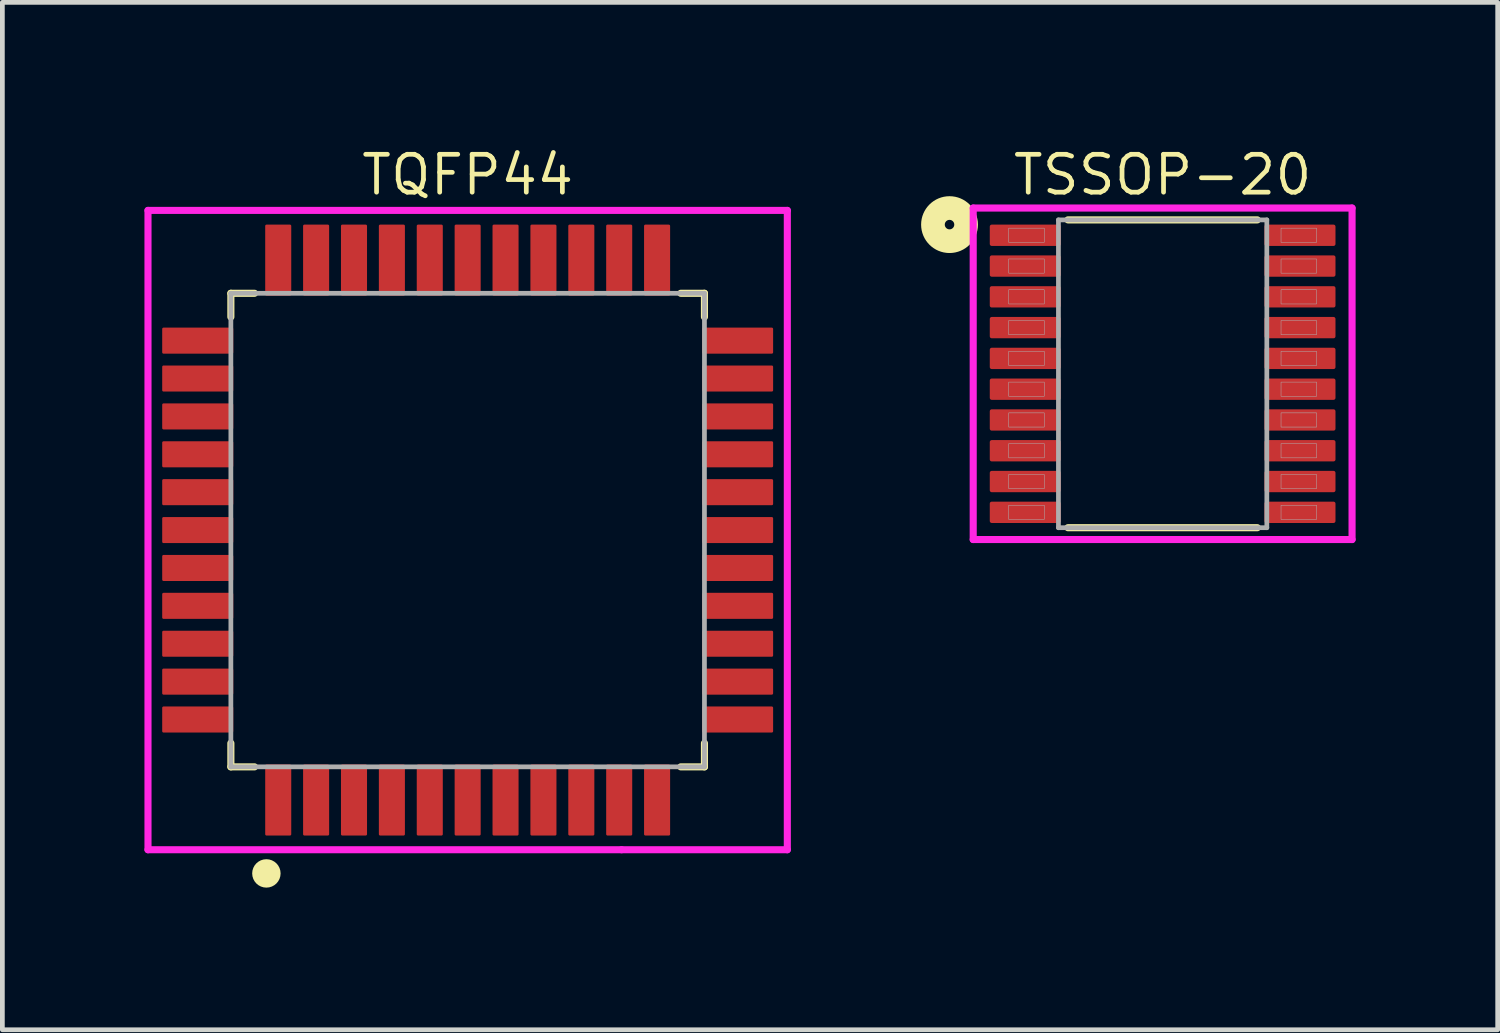
<source format=kicad_pcb>
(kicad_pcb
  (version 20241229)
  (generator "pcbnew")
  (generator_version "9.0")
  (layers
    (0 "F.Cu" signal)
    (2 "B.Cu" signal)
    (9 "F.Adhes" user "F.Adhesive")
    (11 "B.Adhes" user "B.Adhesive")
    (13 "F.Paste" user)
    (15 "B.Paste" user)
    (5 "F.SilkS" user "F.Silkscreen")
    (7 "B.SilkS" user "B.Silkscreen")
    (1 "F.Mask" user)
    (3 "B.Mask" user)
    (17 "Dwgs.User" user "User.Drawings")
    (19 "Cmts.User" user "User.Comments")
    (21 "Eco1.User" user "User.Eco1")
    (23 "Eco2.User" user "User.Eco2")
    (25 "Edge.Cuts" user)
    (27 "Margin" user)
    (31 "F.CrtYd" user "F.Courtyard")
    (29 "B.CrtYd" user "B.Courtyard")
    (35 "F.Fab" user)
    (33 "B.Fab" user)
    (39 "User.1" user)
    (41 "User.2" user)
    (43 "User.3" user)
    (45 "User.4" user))
  (footprint "TQFP44"
    (layer "F.Cu")
    (at 6.825 8.143)
    (property "Reference" "TQFP44" (at 0 -7.5 0) (layer "F.SilkS") (effects (font (size 0.8 0.8) (thickness 0.1))))
    (attr smd)
    (fp_line (start -5 -5) (end -5 -4.5) (stroke (width 0.15) (type default)) (layer "F.SilkS"))
    (fp_line (start -5 -5) (end -4.5 -5) (stroke (width 0.15) (type default)) (layer "F.SilkS"))
    (fp_line (start -5 5) (end -5 4.5) (stroke (width 0.15) (type default)) (layer "F.SilkS"))
    (fp_line (start -5 5) (end -4.5 5) (stroke (width 0.15) (type default)) (layer "F.SilkS"))
    (fp_line (start 5 -5) (end 4.5 -5) (stroke (width 0.15) (type default)) (layer "F.SilkS"))
    (fp_line (start 5 -5) (end 5 -4.5) (stroke (width 0.15) (type default)) (layer "F.SilkS"))
    (fp_line (start 5 5) (end 4.5 5) (stroke (width 0.15) (type default)) (layer "F.SilkS"))
    (fp_line (start 5 5) (end 5 4.5) (stroke (width 0.15) (type default)) (layer "F.SilkS"))
    (fp_circle (center -4.25 7.25) (end -4 7.25) (stroke (width 0.1) (type solid)) (fill yes) (layer "F.SilkS"))
    (fp_line (start -6.75 -6.75) (end 6.75 -6.75) (stroke (width 0.15) (type default)) (layer "F.CrtYd"))
    (fp_line (start -6.75 6.75) (end -6.75 -6.75) (stroke (width 0.15) (type default)) (layer "F.CrtYd"))
    (fp_line (start 3.25 6.75) (end -6.75 6.75) (stroke (width 0.15) (type default)) (layer "F.CrtYd"))
    (fp_line (start 6.75 -6.75) (end 6.75 6.75) (stroke (width 0.15) (type default)) (layer "F.CrtYd"))
    (fp_line (start 6.75 6.75) (end 3.25 6.75) (stroke (width 0.15) (type default)) (layer "F.CrtYd"))
    (fp_line (start -5 -5) (end -5 -5) (stroke (width 0.1) (type default)) (layer "F.Fab"))
    (fp_line (start -5 -5) (end -5 5) (stroke (width 0.1) (type default)) (layer "F.Fab"))
    (fp_line (start -5 5) (end 5 5) (stroke (width 0.1) (type default)) (layer "F.Fab"))
    (fp_line (start 5 -5) (end -5 -5) (stroke (width 0.1) (type default)) (layer "F.Fab"))
    (fp_line (start 5 5) (end 5 -5) (stroke (width 0.1) (type default)) (layer "F.Fab"))
    (pad "1" smd roundrect (at -4 5.7) (size 0.55 1.5) (layers "F.Cu" "F.Mask" "F.Paste") (roundrect_rratio 0.05))
    (pad "2" smd roundrect (at -3.2 5.7) (size 0.55 1.5) (layers "F.Cu" "F.Mask" "F.Paste") (roundrect_rratio 0.05))
    (pad "3" smd roundrect (at -2.4 5.7) (size 0.55 1.5) (layers "F.Cu" "F.Mask" "F.Paste") (roundrect_rratio 0.05))
    (pad "4" smd roundrect (at -1.6 5.7) (size 0.55 1.5) (layers "F.Cu" "F.Mask" "F.Paste") (roundrect_rratio 0.05))
    (pad "5" smd roundrect (at -0.8 5.7) (size 0.55 1.5) (layers "F.Cu" "F.Mask" "F.Paste") (roundrect_rratio 0.05))
    (pad "6" smd roundrect (at 0 5.7) (size 0.55 1.5) (layers "F.Cu" "F.Mask" "F.Paste") (roundrect_rratio 0.05))
    (pad "7" smd roundrect (at 0.8 5.7) (size 0.55 1.5) (layers "F.Cu" "F.Mask" "F.Paste") (roundrect_rratio 0.05))
    (pad "8" smd roundrect (at 1.6 5.7) (size 0.55 1.5) (layers "F.Cu" "F.Mask" "F.Paste") (roundrect_rratio 0.05))
    (pad "9" smd roundrect (at 2.4 5.7) (size 0.55 1.5) (layers "F.Cu" "F.Mask" "F.Paste") (roundrect_rratio 0.05))
    (pad "10" smd roundrect (at 3.2 5.7) (size 0.55 1.5) (layers "F.Cu" "F.Mask" "F.Paste") (roundrect_rratio 0.05))
    (pad "11" smd roundrect (at 4 5.7) (size 0.55 1.5) (layers "F.Cu" "F.Mask" "F.Paste") (roundrect_rratio 0.05))
    (pad "12" smd roundrect (at 5.7 4 90) (size 0.55 1.5) (layers "F.Cu" "F.Mask" "F.Paste") (roundrect_rratio 0.05))
    (pad "13" smd roundrect (at 5.7 3.2 90) (size 0.55 1.5) (layers "F.Cu" "F.Mask" "F.Paste") (roundrect_rratio 0.05))
    (pad "14" smd roundrect (at 5.7 2.4 90) (size 0.55 1.5) (layers "F.Cu" "F.Mask" "F.Paste") (roundrect_rratio 0.05))
    (pad "15" smd roundrect (at 5.7 1.6 90) (size 0.55 1.5) (layers "F.Cu" "F.Mask" "F.Paste") (roundrect_rratio 0.05))
    (pad "16" smd roundrect (at 5.7 0.8 90) (size 0.55 1.5) (layers "F.Cu" "F.Mask" "F.Paste") (roundrect_rratio 0.05))
    (pad "17" smd roundrect (at 5.7 0 90) (size 0.55 1.5) (layers "F.Cu" "F.Mask" "F.Paste") (roundrect_rratio 0.05))
    (pad "18" smd roundrect (at 5.7 -0.8 90) (size 0.55 1.5) (layers "F.Cu" "F.Mask" "F.Paste") (roundrect_rratio 0.05))
    (pad "19" smd roundrect (at 5.7 -1.6 90) (size 0.55 1.5) (layers "F.Cu" "F.Mask" "F.Paste") (roundrect_rratio 0.05))
    (pad "20" smd roundrect (at 5.7 -2.4 90) (size 0.55 1.5) (layers "F.Cu" "F.Mask" "F.Paste") (roundrect_rratio 0.05))
    (pad "21" smd roundrect (at 5.7 -3.2 90) (size 0.55 1.5) (layers "F.Cu" "F.Mask" "F.Paste") (roundrect_rratio 0.05))
    (pad "22" smd roundrect (at 5.7 -4 90) (size 0.55 1.5) (layers "F.Cu" "F.Mask" "F.Paste") (roundrect_rratio 0.05))
    (pad "23" smd roundrect (at 4 -5.7 180) (size 0.55 1.5) (layers "F.Cu" "F.Mask" "F.Paste") (roundrect_rratio 0.05))
    (pad "24" smd roundrect (at 3.2 -5.7 180) (size 0.55 1.5) (layers "F.Cu" "F.Mask" "F.Paste") (roundrect_rratio 0.05))
    (pad "25" smd roundrect (at 2.4 -5.7 180) (size 0.55 1.5) (layers "F.Cu" "F.Mask" "F.Paste") (roundrect_rratio 0.05))
    (pad "26" smd roundrect (at 1.6 -5.7 180) (size 0.55 1.5) (layers "F.Cu" "F.Mask" "F.Paste") (roundrect_rratio 0.05))
    (pad "27" smd roundrect (at 0.8 -5.7 180) (size 0.55 1.5) (layers "F.Cu" "F.Mask" "F.Paste") (roundrect_rratio 0.05))
    (pad "28" smd roundrect (at 0 -5.7 180) (size 0.55 1.5) (layers "F.Cu" "F.Mask" "F.Paste") (roundrect_rratio 0.05))
    (pad "29" smd roundrect (at -0.8 -5.7 180) (size 0.55 1.5) (layers "F.Cu" "F.Mask" "F.Paste") (roundrect_rratio 0.05))
    (pad "30" smd roundrect (at -1.6 -5.7 180) (size 0.55 1.5) (layers "F.Cu" "F.Mask" "F.Paste") (roundrect_rratio 0.05))
    (pad "31" smd roundrect (at -2.4 -5.7 180) (size 0.55 1.5) (layers "F.Cu" "F.Mask" "F.Paste") (roundrect_rratio 0.05))
    (pad "32" smd roundrect (at -3.2 -5.7 180) (size 0.55 1.5) (layers "F.Cu" "F.Mask" "F.Paste") (roundrect_rratio 0.05))
    (pad "33" smd roundrect (at -4 -5.7 180) (size 0.55 1.5) (layers "F.Cu" "F.Mask" "F.Paste") (roundrect_rratio 0.05))
    (pad "34" smd roundrect (at -5.7 -4 270) (size 0.55 1.5) (layers "F.Cu" "F.Mask" "F.Paste") (roundrect_rratio 0.05))
    (pad "35" smd roundrect (at -5.7 -3.2 270) (size 0.55 1.5) (layers "F.Cu" "F.Mask" "F.Paste") (roundrect_rratio 0.05))
    (pad "36" smd roundrect (at -5.7 -2.4 270) (size 0.55 1.5) (layers "F.Cu" "F.Mask" "F.Paste") (roundrect_rratio 0.05))
    (pad "37" smd roundrect (at -5.7 -1.6 270) (size 0.55 1.5) (layers "F.Cu" "F.Mask" "F.Paste") (roundrect_rratio 0.05))
    (pad "38" smd roundrect (at -5.7 -0.8 270) (size 0.55 1.5) (layers "F.Cu" "F.Mask" "F.Paste") (roundrect_rratio 0.05))
    (pad "39" smd roundrect (at -5.7 0 270) (size 0.55 1.5) (layers "F.Cu" "F.Mask" "F.Paste") (roundrect_rratio 0.05))
    (pad "40" smd roundrect (at -5.7 0.8 270) (size 0.55 1.5) (layers "F.Cu" "F.Mask" "F.Paste") (roundrect_rratio 0.05))
    (pad "41" smd roundrect (at -5.7 1.6 270) (size 0.55 1.5) (layers "F.Cu" "F.Mask" "F.Paste") (roundrect_rratio 0.05))
    (pad "42" smd roundrect (at -5.7 2.4 270) (size 0.55 1.5) (layers "F.Cu" "F.Mask" "F.Paste") (roundrect_rratio 0.05))
    (pad "43" smd roundrect (at -5.7 3.2 270) (size 0.55 1.5) (layers "F.Cu" "F.Mask" "F.Paste") (roundrect_rratio 0.05))
    (pad "44" smd roundrect (at -5.7 4 270) (size 0.55 1.5) (layers "F.Cu" "F.Mask" "F.Paste") (roundrect_rratio 0.05)))
  (footprint "TSSOP-20"
    (layer "F.Cu")
    (at 21.5 4.843)
    (property "Reference" "TSSOP-20" (at 0 -4.2 0) (layer "F.SilkS") (effects (font (size 0.8 0.8) (thickness 0.1))))
    (attr smd)
    (fp_line (start -2 -3.25) (end 2 -3.25) (stroke (width 0.15) (type solid)) (layer "F.SilkS"))
    (fp_line (start 2 3.25) (end -2 3.25) (stroke (width 0.15) (type solid)) (layer "F.SilkS"))
    (fp_circle (center -4.5 -3.15) (end -4.4 -3.15) (stroke (width 0.5) (type solid)) (fill no) (layer "F.SilkS"))
    (fp_line (start -4 -3.5) (end -4 3.5) (stroke (width 0.15) (type solid)) (layer "F.CrtYd"))
    (fp_line (start -4 3.5) (end 4 3.5) (stroke (width 0.15) (type solid)) (layer "F.CrtYd"))
    (fp_line (start 4 -3.5) (end -4 -3.5) (stroke (width 0.15) (type solid)) (layer "F.CrtYd"))
    (fp_line (start 4 3.5) (end 4 -3.5) (stroke (width 0.15) (type solid)) (layer "F.CrtYd"))
    (fp_line (start -2.2 -3.25) (end -2.2 3.25) (stroke (width 0.1) (type solid)) (layer "F.Fab"))
    (fp_line (start -2.2 3.25) (end 2.2 3.25) (stroke (width 0.1) (type solid)) (layer "F.Fab"))
    (fp_line (start 2.2 -3.25) (end -2.2 -3.25) (stroke (width 0.1) (type solid)) (layer "F.Fab"))
    (fp_line (start 2.2 3.25) (end 2.2 -3.25) (stroke (width 0.1) (type solid)) (layer "F.Fab"))
    (fp_poly (pts (xy -3.25 -3.075) (xy -2.5 -3.075) (xy -2.5 -2.775) (xy -3.25 -2.775)) (stroke (width 0.01) (type solid)) (fill no) (layer "F.Fab"))
    (fp_poly (pts (xy -3.25 -2.425) (xy -2.5 -2.425) (xy -2.5 -2.125) (xy -3.25 -2.125)) (stroke (width 0.01) (type solid)) (fill no) (layer "F.Fab"))
    (fp_poly (pts (xy -3.25 -1.775) (xy -2.5 -1.775) (xy -2.5 -1.475) (xy -3.25 -1.475)) (stroke (width 0.01) (type solid)) (fill no) (layer "F.Fab"))
    (fp_poly (pts (xy -3.25 -1.125) (xy -2.5 -1.125) (xy -2.5 -0.825) (xy -3.25 -0.825)) (stroke (width 0.01) (type solid)) (fill no) (layer "F.Fab"))
    (fp_poly (pts (xy -3.25 -0.475) (xy -2.5 -0.475) (xy -2.5 -0.175) (xy -3.25 -0.175)) (stroke (width 0.01) (type solid)) (fill no) (layer "F.Fab"))
    (fp_poly (pts (xy -3.25 0.175) (xy -2.5 0.175) (xy -2.5 0.475) (xy -3.25 0.475)) (stroke (width 0.01) (type solid)) (fill no) (layer "F.Fab"))
    (fp_poly (pts (xy -3.25 0.825) (xy -2.5 0.825) (xy -2.5 1.125) (xy -3.25 1.125)) (stroke (width 0.01) (type solid)) (fill no) (layer "F.Fab"))
    (fp_poly (pts (xy -3.25 1.475) (xy -2.5 1.475) (xy -2.5 1.775) (xy -3.25 1.775)) (stroke (width 0.01) (type solid)) (fill no) (layer "F.Fab"))
    (fp_poly (pts (xy -3.25 2.125) (xy -2.5 2.125) (xy -2.5 2.425) (xy -3.25 2.425)) (stroke (width 0.01) (type solid)) (fill no) (layer "F.Fab"))
    (fp_poly (pts (xy -3.25 2.775) (xy -2.5 2.775) (xy -2.5 3.075) (xy -3.25 3.075)) (stroke (width 0.01) (type solid)) (fill no) (layer "F.Fab"))
    (fp_poly (pts (xy 2.5 -3.075) (xy 3.25 -3.075) (xy 3.25 -2.775) (xy 2.5 -2.775)) (stroke (width 0.01) (type solid)) (fill no) (layer "F.Fab"))
    (fp_poly (pts (xy 2.5 -2.425) (xy 3.25 -2.425) (xy 3.25 -2.125) (xy 2.5 -2.125)) (stroke (width 0.01) (type solid)) (fill no) (layer "F.Fab"))
    (fp_poly (pts (xy 2.5 -1.775) (xy 3.25 -1.775) (xy 3.25 -1.475) (xy 2.5 -1.475)) (stroke (width 0.01) (type solid)) (fill no) (layer "F.Fab"))
    (fp_poly (pts (xy 2.5 -1.125) (xy 3.25 -1.125) (xy 3.25 -0.825) (xy 2.5 -0.825)) (stroke (width 0.01) (type solid)) (fill no) (layer "F.Fab"))
    (fp_poly (pts (xy 2.5 -0.475) (xy 3.25 -0.475) (xy 3.25 -0.175) (xy 2.5 -0.175)) (stroke (width 0.01) (type solid)) (fill no) (layer "F.Fab"))
    (fp_poly (pts (xy 2.5 0.175) (xy 3.25 0.175) (xy 3.25 0.475) (xy 2.5 0.475)) (stroke (width 0.01) (type solid)) (fill no) (layer "F.Fab"))
    (fp_poly (pts (xy 2.5 0.825) (xy 3.25 0.825) (xy 3.25 1.125) (xy 2.5 1.125)) (stroke (width 0.01) (type solid)) (fill no) (layer "F.Fab"))
    (fp_poly (pts (xy 2.5 1.475) (xy 3.25 1.475) (xy 3.25 1.775) (xy 2.5 1.775)) (stroke (width 0.01) (type solid)) (fill no) (layer "F.Fab"))
    (fp_poly (pts (xy 2.5 2.125) (xy 3.25 2.125) (xy 3.25 2.425) (xy 2.5 2.425)) (stroke (width 0.01) (type solid)) (fill no) (layer "F.Fab"))
    (fp_poly (pts (xy 2.5 2.775) (xy 3.25 2.775) (xy 3.25 3.075) (xy 2.5 3.075)) (stroke (width 0.01) (type solid)) (fill no) (layer "F.Fab"))
    (pad "1" smd roundrect (at -2.9 -2.925) (size 1.5 0.45) (layers "F.Cu" "F.Mask" "F.Paste") (roundrect_rratio 0.09))
    (pad "2" smd roundrect (at -2.9 -2.275) (size 1.5 0.45) (layers "F.Cu" "F.Mask" "F.Paste") (roundrect_rratio 0.09))
    (pad "3" smd roundrect (at -2.9 -1.625) (size 1.5 0.45) (layers "F.Cu" "F.Mask" "F.Paste") (roundrect_rratio 0.09))
    (pad "4" smd roundrect (at -2.9 -0.975) (size 1.5 0.45) (layers "F.Cu" "F.Mask" "F.Paste") (roundrect_rratio 0.09))
    (pad "5" smd roundrect (at -2.9 -0.325) (size 1.5 0.45) (layers "F.Cu" "F.Mask" "F.Paste") (roundrect_rratio 0.09))
    (pad "6" smd roundrect (at -2.9 0.325) (size 1.5 0.45) (layers "F.Cu" "F.Mask" "F.Paste") (roundrect_rratio 0.09))
    (pad "7" smd roundrect (at -2.9 0.975) (size 1.5 0.45) (layers "F.Cu" "F.Mask" "F.Paste") (roundrect_rratio 0.09))
    (pad "8" smd roundrect (at -2.9 1.625) (size 1.5 0.45) (layers "F.Cu" "F.Mask" "F.Paste") (roundrect_rratio 0.09))
    (pad "9" smd roundrect (at -2.9 2.275) (size 1.5 0.45) (layers "F.Cu" "F.Mask" "F.Paste") (roundrect_rratio 0.09))
    (pad "10" smd roundrect (at -2.9 2.925) (size 1.5 0.45) (layers "F.Cu" "F.Mask" "F.Paste") (roundrect_rratio 0.09))
    (pad "11" smd roundrect (at 2.9 2.925) (size 1.5 0.45) (layers "F.Cu" "F.Mask" "F.Paste") (roundrect_rratio 0.09))
    (pad "12" smd roundrect (at 2.9 2.275) (size 1.5 0.45) (layers "F.Cu" "F.Mask" "F.Paste") (roundrect_rratio 0.09))
    (pad "13" smd roundrect (at 2.9 1.625) (size 1.5 0.45) (layers "F.Cu" "F.Mask" "F.Paste") (roundrect_rratio 0.09))
    (pad "14" smd roundrect (at 2.9 0.975) (size 1.5 0.45) (layers "F.Cu" "F.Mask" "F.Paste") (roundrect_rratio 0.09))
    (pad "15" smd roundrect (at 2.9 0.325) (size 1.5 0.45) (layers "F.Cu" "F.Mask" "F.Paste") (roundrect_rratio 0.09))
    (pad "16" smd roundrect (at 2.9 -0.325) (size 1.5 0.45) (layers "F.Cu" "F.Mask" "F.Paste") (roundrect_rratio 0.09))
    (pad "17" smd roundrect (at 2.9 -0.975) (size 1.5 0.45) (layers "F.Cu" "F.Mask" "F.Paste") (roundrect_rratio 0.09))
    (pad "18" smd roundrect (at 2.9 -1.625) (size 1.5 0.45) (layers "F.Cu" "F.Mask" "F.Paste") (roundrect_rratio 0.09))
    (pad "19" smd roundrect (at 2.9 -2.275) (size 1.5 0.45) (layers "F.Cu" "F.Mask" "F.Paste") (roundrect_rratio 0.09))
    (pad "20" smd roundrect (at 2.9 -2.925) (size 1.5 0.45) (layers "F.Cu" "F.Mask" "F.Paste") (roundrect_rratio 0.09)))
  (gr_rect
    (start -3 -3)
    (end 28.575 18.694)
    (stroke (width 0.1) (type default))
    (fill no)
    (layer "Edge.Cuts")))
</source>
